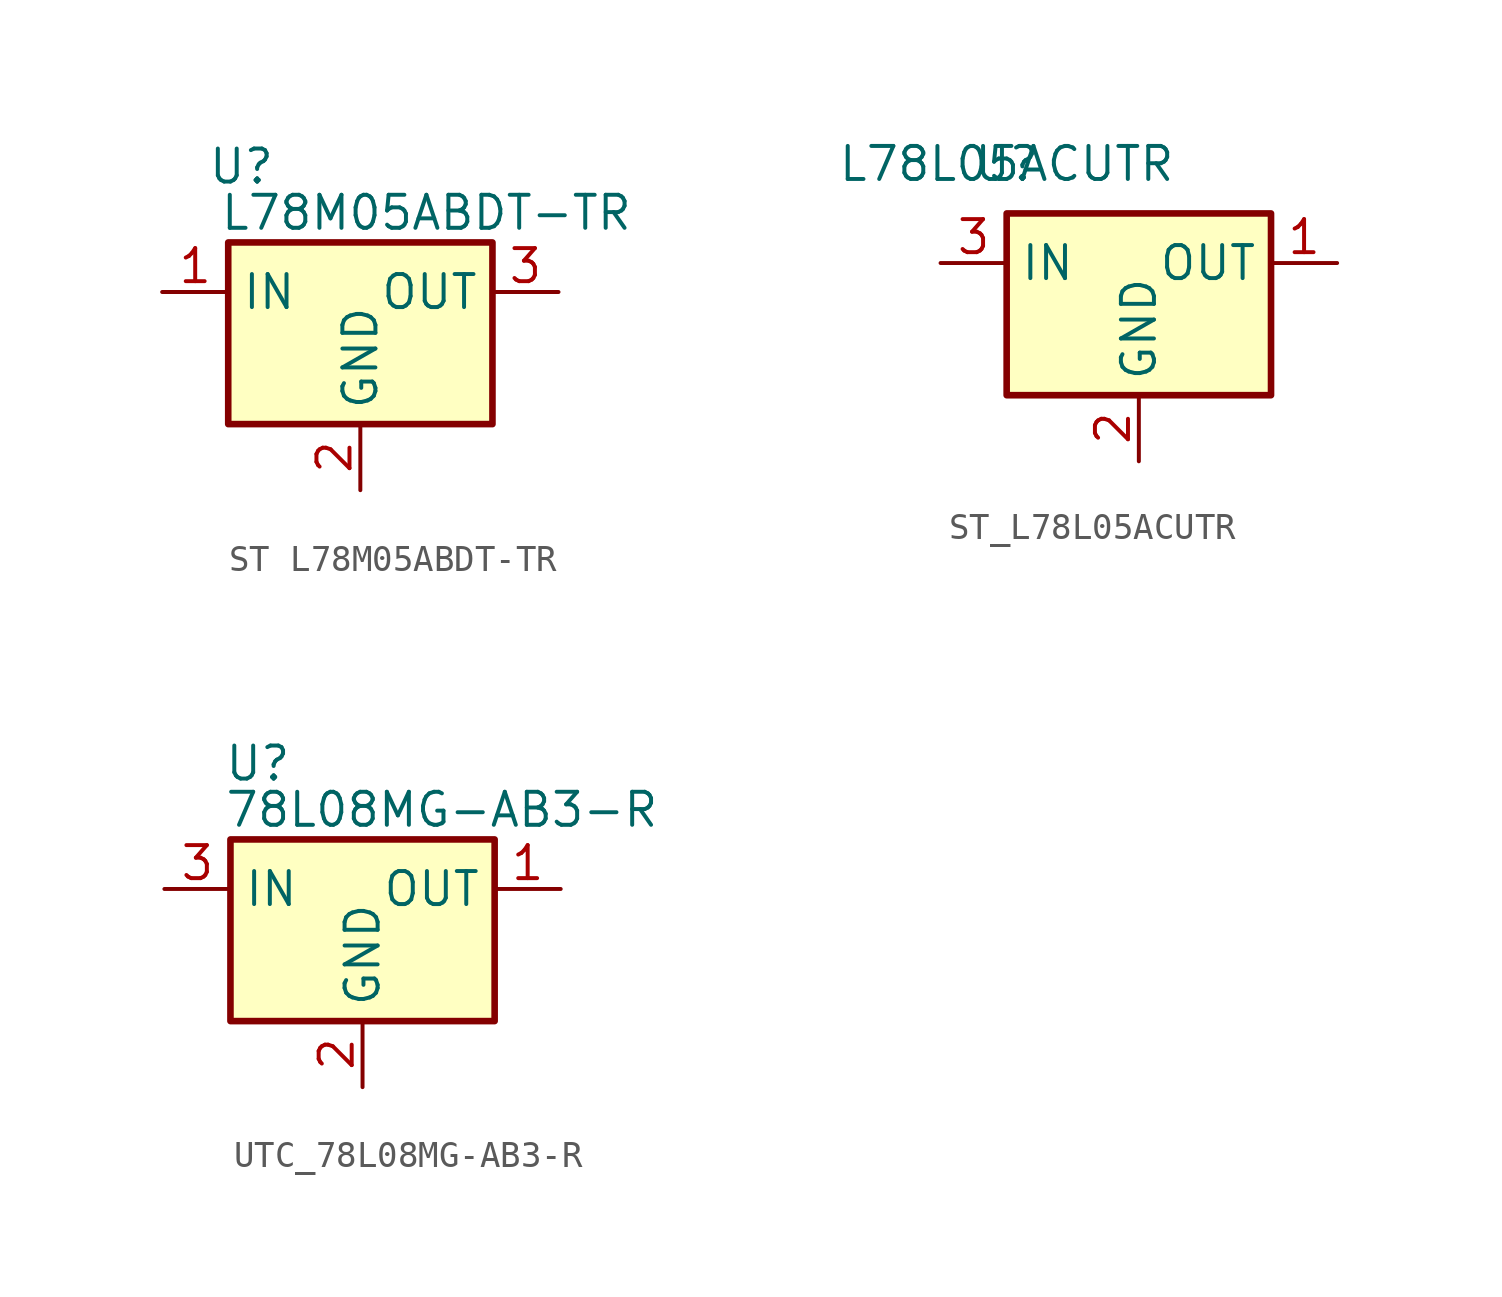
<source format=kicad_sym>
(kicad_symbol_lib
  (version 20241209)
  (generator "kicad_symbol_editor")
  (generator_version "9.0")
  (symbol "ST L78M05ABDT-TR"
    (property "Reference" "U"
      (at 0.508 1.016 0)
      (effects (font (size 1.27 1.27))))
    (property "Value" "L78M05ABDT-TR"
      (at 7.62 -0.762 0)
      (effects (font (size 1.27 1.27))))
    (symbol "ST L78M05ABDT-TR_0_1"
      (rectangle (start 0 -1.905) (end 10.16 -8.89) (stroke (width 0.254) (type default)) (fill (type background))))
    (symbol "ST L78M05ABDT-TR_1_1"
      (pin power_in line (at -2.54 -3.81 0) (length 2.54) (name "IN" (effects (font (size 1.27 1.27)))) (number "1" (effects (font (size 1.27 1.27)))))
      (pin power_in line (at 5.08 -11.43 90) (length 2.54) (name "GND" (effects (font (size 1.27 1.27)))) (number "2" (effects (font (size 1.27 1.27)))))
      (pin power_out line (at 12.7 -3.81 180) (length 2.54) (name "OUT" (effects (font (size 1.27 1.27)))) (number "3" (effects (font (size 1.27 1.27)))))))
  (symbol "ST_L78L05ACUTR"
    (property "Reference" "U"
      (at 0 0 0)
      (effects (font (size 1.27 1.27))))
    (property "Value" "L78L05ACUTR"
      (at 0 0 0)
      (effects (font (size 1.27 1.27))))
    (symbol "ST_L78L05ACUTR_0_1"
      (rectangle (start 0 -1.905) (end 10.16 -8.89) (stroke (width 0.254) (type default)) (fill (type background))))
    (symbol "ST_L78L05ACUTR_1_1"
      (pin power_in line (at -2.54 -3.81 0) (length 2.54) (name "IN" (effects (font (size 1.27 1.27)))) (number "3" (effects (font (size 1.27 1.27)))))
      (pin power_in line (at 5.08 -11.43 90) (length 2.54) (name "GND" (effects (font (size 1.27 1.27)))) (number "2" (effects (font (size 1.27 1.27)))))
      (pin power_out line (at 12.7 -3.81 180) (length 2.54) (name "OUT" (effects (font (size 1.27 1.27)))) (number "1" (effects (font (size 1.27 1.27)))))))
  (symbol "UTC_78L08MG-AB3-R"
    (property "Reference" "U"
      (at -5.334 6.096 0)
      (effects (font (size 1.27 1.27)) (justify left)))
    (property "Value" "78L08MG-AB3-R"
      (at -5.334 4.318 0)
      (effects (font (size 1.27 1.27)) (justify left)))
    (symbol "UTC_78L08MG-AB3-R_0_1"
      (rectangle (start -5.08 3.175) (end 5.08 -3.81) (stroke (width 0.254) (type default)) (fill (type background))))
    (symbol "UTC_78L08MG-AB3-R_1_1"
      (pin power_in line (at -7.62 1.27 0) (length 2.54) (name "IN" (effects (font (size 1.27 1.27)))) (number "3" (effects (font (size 1.27 1.27)))))
      (pin power_in line (at 0 -6.35 90) (length 2.54) (name "GND" (effects (font (size 1.27 1.27)))) (number "2" (effects (font (size 1.27 1.27)))))
      (pin power_out line (at 7.62 1.27 180) (length 2.54) (name "OUT" (effects (font (size 1.27 1.27)))) (number "1" (effects (font (size 1.27 1.27))))))))
</source>
